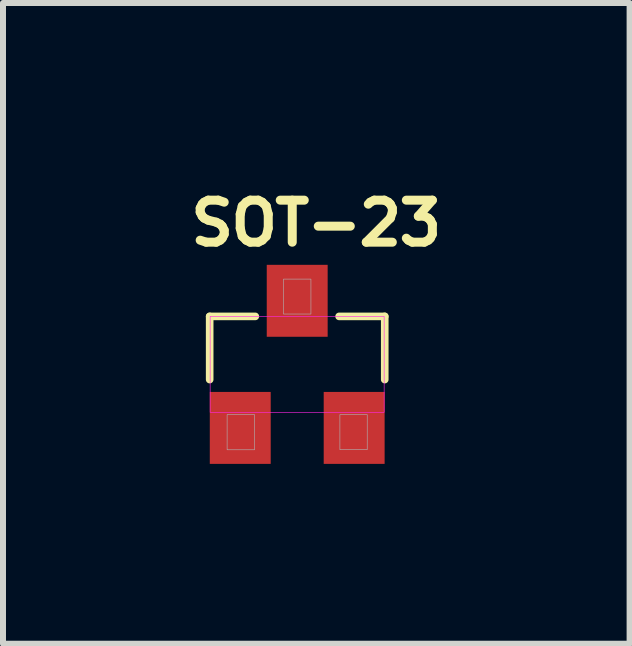
<source format=kicad_pcb>
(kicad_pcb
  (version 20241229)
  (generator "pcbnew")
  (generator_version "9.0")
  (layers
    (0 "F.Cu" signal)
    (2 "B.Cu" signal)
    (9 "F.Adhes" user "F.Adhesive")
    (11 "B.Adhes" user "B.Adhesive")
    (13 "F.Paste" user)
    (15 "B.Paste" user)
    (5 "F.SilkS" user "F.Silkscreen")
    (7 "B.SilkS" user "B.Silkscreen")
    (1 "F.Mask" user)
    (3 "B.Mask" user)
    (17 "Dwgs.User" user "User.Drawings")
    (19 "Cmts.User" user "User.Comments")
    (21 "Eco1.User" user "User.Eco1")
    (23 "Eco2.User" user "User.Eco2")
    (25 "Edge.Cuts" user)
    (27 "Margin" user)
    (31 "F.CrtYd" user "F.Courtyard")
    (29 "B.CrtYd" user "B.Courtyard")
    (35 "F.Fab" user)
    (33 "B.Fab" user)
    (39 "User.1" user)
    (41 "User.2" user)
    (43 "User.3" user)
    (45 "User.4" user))
  (footprint "SOT-23"
    (layer "F.Cu")
    (at 1.907 3.027)
    (property "Reference" "SOT-23" (at 0.318 -2.354 0) (layer "F.SilkS") (effects (font (size 0.701 0.701) (thickness 0.15))))
    (attr smd)
    (fp_line (start -1.46 -0.8) (end -1.46 0.254) (stroke (width 0.127) (type solid)) (layer "F.SilkS"))
    (fp_line (start -0.699 -0.8) (end -1.46 -0.8) (stroke (width 0.127) (type solid)) (layer "F.SilkS"))
    (fp_line (start 1.46 -0.8) (end 0.699 -0.8) (stroke (width 0.127) (type solid)) (layer "F.SilkS"))
    (fp_line (start 1.46 0.254) (end 1.46 -0.8) (stroke (width 0.127) (type solid)) (layer "F.SilkS"))
    (fp_poly (pts (xy -1.452 -0.8) (xy 1.45 -0.8) (xy 1.45 0.801) (xy -1.452 0.801)) (stroke (width 0.01) (type solid)) (fill no) (layer "F.CrtYd"))
    (fp_poly (pts (xy -1.169 0.838) (xy -0.711 0.838) (xy -0.711 1.424) (xy -1.169 1.424)) (stroke (width 0.01) (type solid)) (fill no) (layer "F.Fab"))
    (fp_poly (pts (xy -0.229 -1.422) (xy 0.229 -1.422) (xy 0.229 -0.839) (xy -0.229 -0.839)) (stroke (width 0.01) (type solid)) (fill no) (layer "F.Fab"))
    (fp_poly (pts (xy 0.712 0.838) (xy 1.168 0.838) (xy 1.168 1.423) (xy 0.712 1.423)) (stroke (width 0.01) (type solid)) (fill no) (layer "F.Fab"))
    (pad "1" smd rect (at -0.95 1.06) (size 1.016 1.2) (layers "F.Cu" "F.Mask" "F.Paste"))
    (pad "2" smd rect (at 0.95 1.06) (size 1.016 1.2) (layers "F.Cu" "F.Mask" "F.Paste"))
    (pad "3" smd rect (at 0 -1.06) (size 1.016 1.2) (layers "F.Cu" "F.Mask" "F.Paste")))
  (gr_rect
    (start -3 -3)
    (end 7.451 7.687)
    (stroke (width 0.1) (type default))
    (fill no)
    (layer "Edge.Cuts")))
</source>
